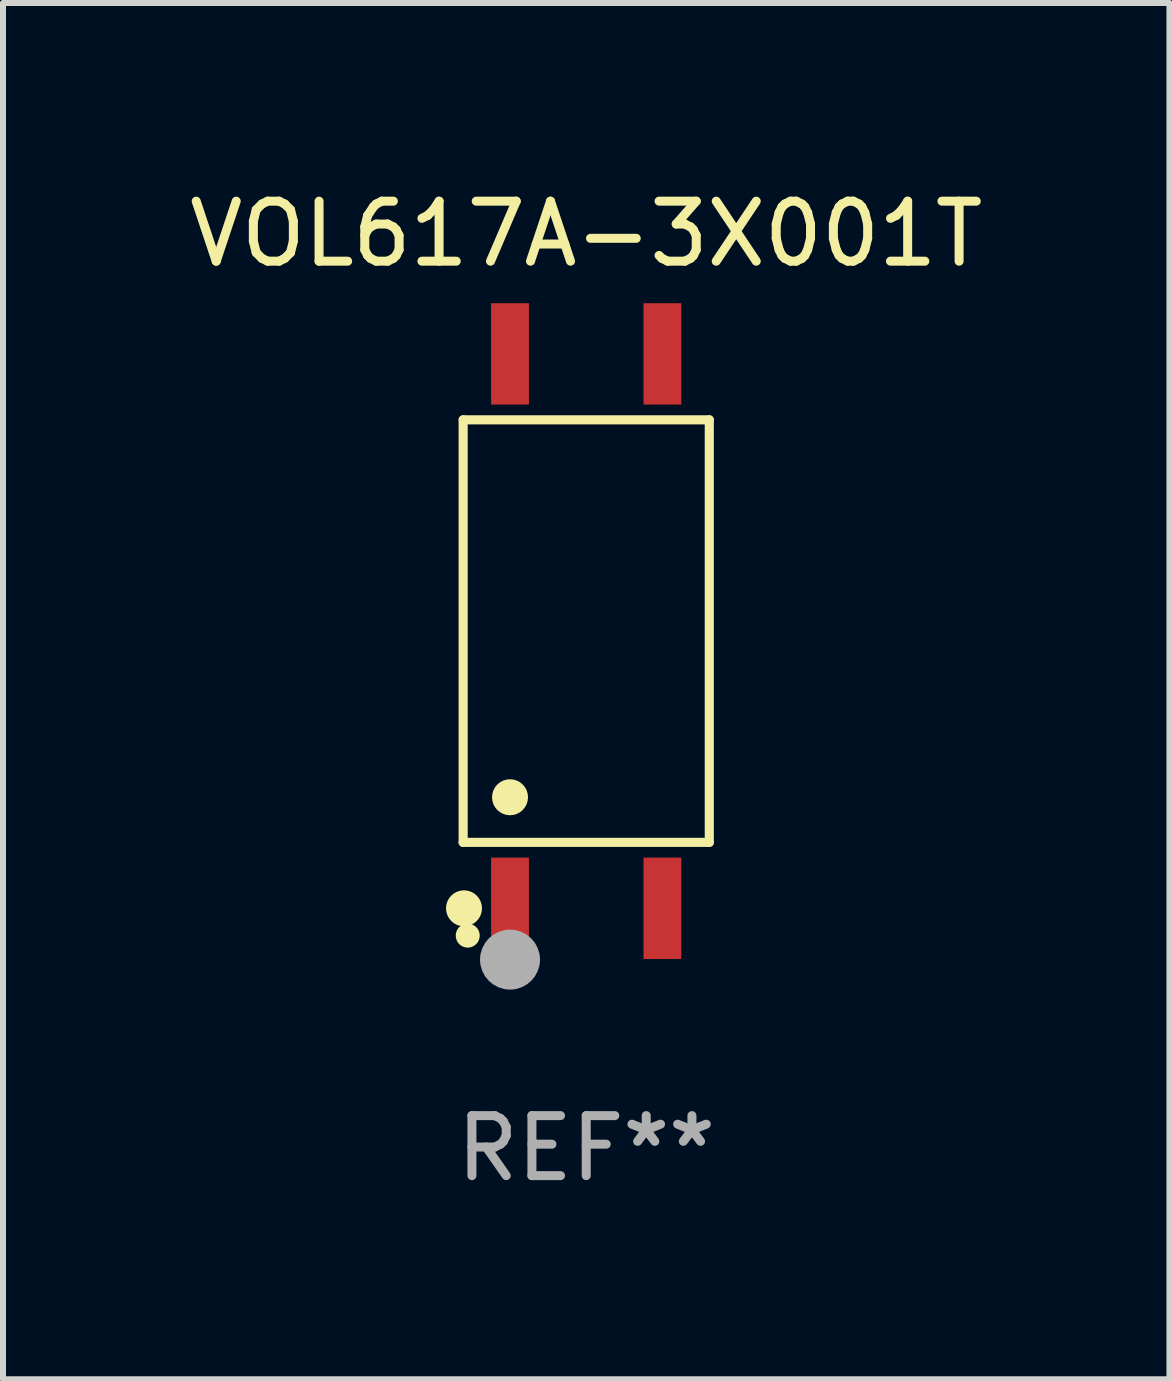
<source format=kicad_pcb>
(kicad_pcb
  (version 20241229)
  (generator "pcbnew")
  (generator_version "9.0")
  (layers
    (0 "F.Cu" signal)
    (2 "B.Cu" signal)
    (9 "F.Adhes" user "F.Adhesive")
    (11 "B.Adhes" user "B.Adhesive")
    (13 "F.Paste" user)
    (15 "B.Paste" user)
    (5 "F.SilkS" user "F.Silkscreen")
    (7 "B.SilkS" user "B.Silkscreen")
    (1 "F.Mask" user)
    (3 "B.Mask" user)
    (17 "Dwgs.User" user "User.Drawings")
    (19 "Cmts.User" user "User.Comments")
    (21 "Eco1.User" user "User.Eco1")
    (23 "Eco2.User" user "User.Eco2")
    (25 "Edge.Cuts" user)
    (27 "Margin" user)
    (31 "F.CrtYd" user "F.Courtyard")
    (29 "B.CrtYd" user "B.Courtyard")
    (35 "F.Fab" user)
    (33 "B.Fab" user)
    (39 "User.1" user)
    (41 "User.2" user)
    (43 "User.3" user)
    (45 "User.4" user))
  (footprint "VOL617A-3X001T"
    (layer "F.Cu")
    (at 6.72 7.468)
    (property "Reference" "VOL617A-3X001T" (at 0 -6.62 0) (layer "F.SilkS") (effects (font (size 1 1) (thickness 0.15))))
    (attr through_hole)
    (fp_line (start -2.051 -3.521) (end 2.051 -3.521) (stroke (width 0.152) (type solid)) (layer "F.SilkS"))
    (fp_line (start -2.051 3.521) (end -2.051 -3.521) (stroke (width 0.152) (type solid)) (layer "F.SilkS"))
    (fp_line (start 2.051 -3.521) (end 2.051 3.521) (stroke (width 0.152) (type solid)) (layer "F.SilkS"))
    (fp_line (start 2.051 3.521) (end -2.051 3.521) (stroke (width 0.152) (type solid)) (layer "F.SilkS"))
    (fp_circle (center -2.037 4.62) (end -1.887 4.62) (stroke (width 0.3) (type solid)) (fill no) (layer "F.SilkS"))
    (fp_circle (center -1.975 5.075) (end -1.875 5.075) (stroke (width 0.2) (type solid)) (fill no) (layer "F.SilkS"))
    (fp_circle (center -1.27 2.769) (end -1.12 2.769) (stroke (width 0.3) (type solid)) (fill no) (layer "F.SilkS"))
    (fp_circle (center -1.27 5.475) (end -1.02 5.475) (stroke (width 0.5) (type solid)) (fill no) (layer "F.Fab"))
    (fp_text user "REF**" (at 0 8.62 0) (layer "F.Fab") (effects (font (size 1 1) (thickness 0.15))))
    (pad "1" smd rect (at -1.27 4.62) (size 0.63 1.69) (layers "F.Cu" "F.Mask" "F.Paste"))
    (pad "2" smd rect (at 1.27 4.62) (size 0.63 1.69) (layers "F.Cu" "F.Mask" "F.Paste"))
    (pad "3" smd rect (at 1.27 -4.62) (size 0.63 1.69) (layers "F.Cu" "F.Mask" "F.Paste"))
    (pad "4" smd rect (at -1.27 -4.62) (size 0.63 1.69) (layers "F.Cu" "F.Mask" "F.Paste")))
  (gr_rect
    (start -3 -3)
    (end 16.44 19.937)
    (stroke (width 0.1) (type default))
    (fill no)
    (layer "Edge.Cuts")))
</source>
